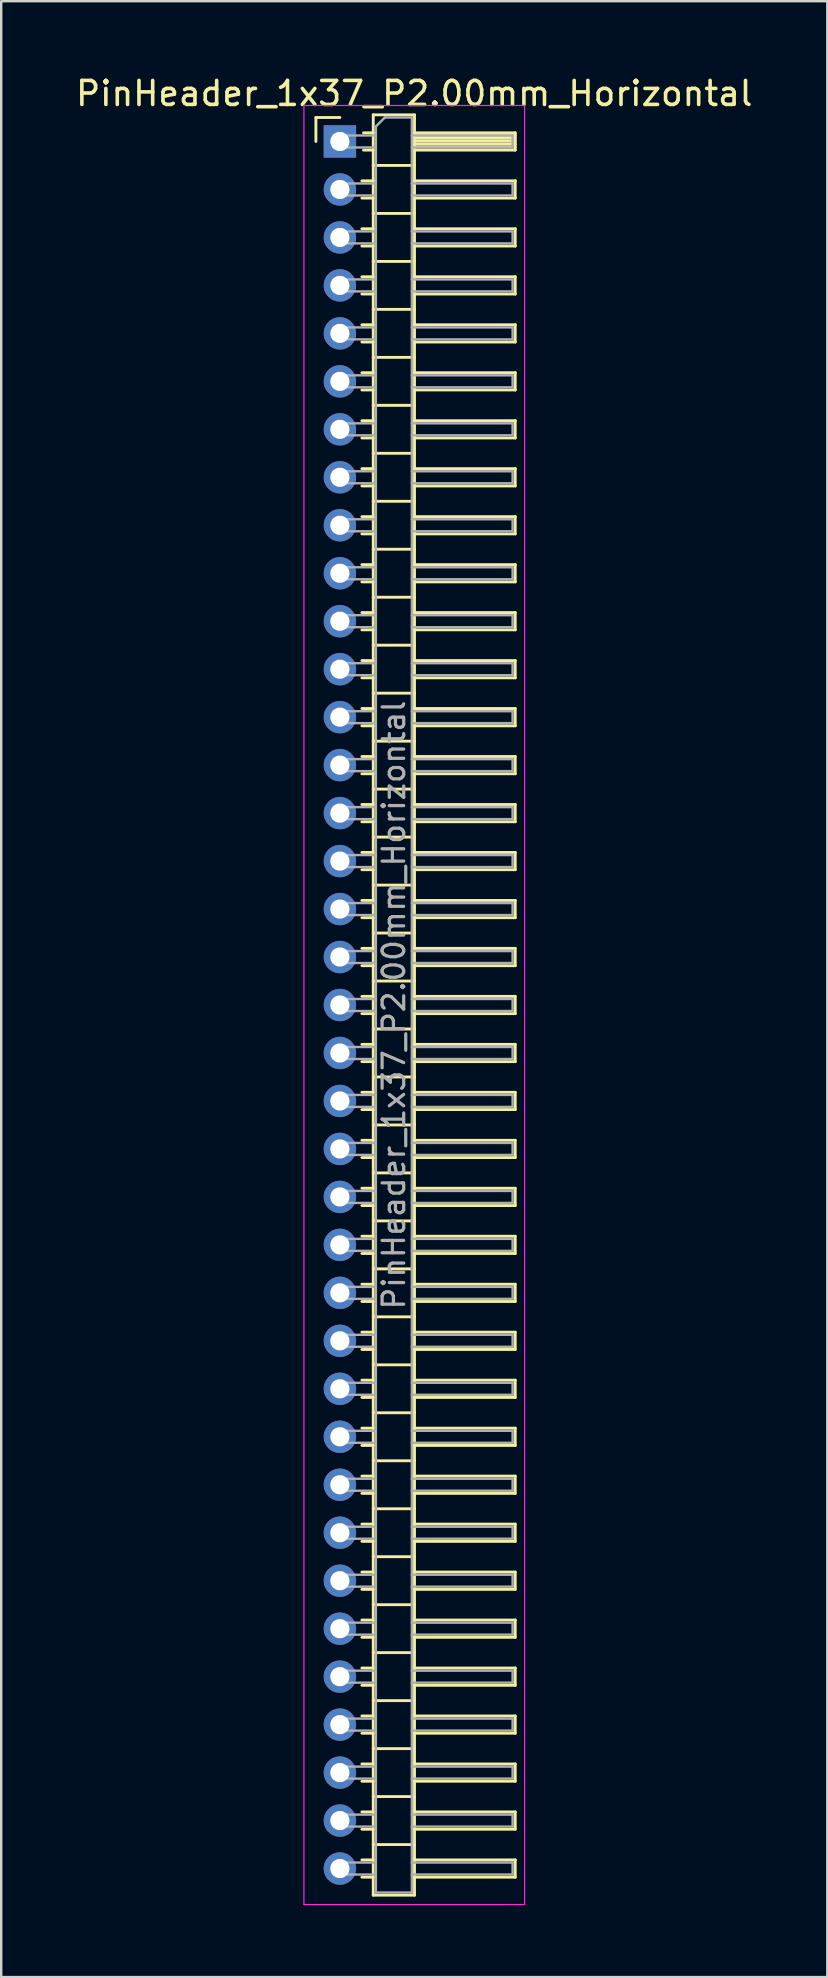
<source format=kicad_pcb>
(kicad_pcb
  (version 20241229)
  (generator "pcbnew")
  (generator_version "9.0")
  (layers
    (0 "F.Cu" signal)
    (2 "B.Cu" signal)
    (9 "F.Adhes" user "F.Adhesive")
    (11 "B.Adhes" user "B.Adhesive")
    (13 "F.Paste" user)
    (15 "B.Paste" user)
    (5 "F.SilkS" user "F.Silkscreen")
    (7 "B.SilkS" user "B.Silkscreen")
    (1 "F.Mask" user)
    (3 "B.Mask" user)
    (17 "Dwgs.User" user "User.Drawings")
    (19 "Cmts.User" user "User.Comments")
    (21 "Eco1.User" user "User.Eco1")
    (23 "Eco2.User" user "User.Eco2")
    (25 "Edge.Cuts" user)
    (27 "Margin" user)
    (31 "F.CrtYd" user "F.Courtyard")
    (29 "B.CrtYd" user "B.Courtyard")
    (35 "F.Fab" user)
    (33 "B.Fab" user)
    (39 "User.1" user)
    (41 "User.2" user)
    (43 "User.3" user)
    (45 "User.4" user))
  (footprint "PinHeader_1x37_P2.00mm_Horizontal"
    (layer "F.Cu")
    (at 11.12 2.848)
    (property "Reference" "PinHeader_1x37_P2.00mm_Horizontal" (at 3.1 -2 0) (layer "F.SilkS") (effects (font (size 1 1) (thickness 0.15))))
    (attr through_hole)
    (fp_line (start -1 -1) (end 0 -1) (stroke (width 0.12) (type solid)) (layer "F.SilkS"))
    (fp_line (start -1 0) (end -1 -1) (stroke (width 0.12) (type solid)) (layer "F.SilkS"))
    (fp_line (start 0.917 1.64) (end 1.39 1.64) (stroke (width 0.12) (type solid)) (layer "F.SilkS"))
    (fp_line (start 0.917 2.36) (end 1.39 2.36) (stroke (width 0.12) (type solid)) (layer "F.SilkS"))
    (fp_line (start 0.917 3.64) (end 1.39 3.64) (stroke (width 0.12) (type solid)) (layer "F.SilkS"))
    (fp_line (start 0.917 4.36) (end 1.39 4.36) (stroke (width 0.12) (type solid)) (layer "F.SilkS"))
    (fp_line (start 0.917 5.64) (end 1.39 5.64) (stroke (width 0.12) (type solid)) (layer "F.SilkS"))
    (fp_line (start 0.917 6.36) (end 1.39 6.36) (stroke (width 0.12) (type solid)) (layer "F.SilkS"))
    (fp_line (start 0.917 7.64) (end 1.39 7.64) (stroke (width 0.12) (type solid)) (layer "F.SilkS"))
    (fp_line (start 0.917 8.36) (end 1.39 8.36) (stroke (width 0.12) (type solid)) (layer "F.SilkS"))
    (fp_line (start 0.917 9.64) (end 1.39 9.64) (stroke (width 0.12) (type solid)) (layer "F.SilkS"))
    (fp_line (start 0.917 10.36) (end 1.39 10.36) (stroke (width 0.12) (type solid)) (layer "F.SilkS"))
    (fp_line (start 0.917 11.64) (end 1.39 11.64) (stroke (width 0.12) (type solid)) (layer "F.SilkS"))
    (fp_line (start 0.917 12.36) (end 1.39 12.36) (stroke (width 0.12) (type solid)) (layer "F.SilkS"))
    (fp_line (start 0.917 13.64) (end 1.39 13.64) (stroke (width 0.12) (type solid)) (layer "F.SilkS"))
    (fp_line (start 0.917 14.36) (end 1.39 14.36) (stroke (width 0.12) (type solid)) (layer "F.SilkS"))
    (fp_line (start 0.917 15.64) (end 1.39 15.64) (stroke (width 0.12) (type solid)) (layer "F.SilkS"))
    (fp_line (start 0.917 16.36) (end 1.39 16.36) (stroke (width 0.12) (type solid)) (layer "F.SilkS"))
    (fp_line (start 0.917 17.64) (end 1.39 17.64) (stroke (width 0.12) (type solid)) (layer "F.SilkS"))
    (fp_line (start 0.917 18.36) (end 1.39 18.36) (stroke (width 0.12) (type solid)) (layer "F.SilkS"))
    (fp_line (start 0.917 19.64) (end 1.39 19.64) (stroke (width 0.12) (type solid)) (layer "F.SilkS"))
    (fp_line (start 0.917 20.36) (end 1.39 20.36) (stroke (width 0.12) (type solid)) (layer "F.SilkS"))
    (fp_line (start 0.917 21.64) (end 1.39 21.64) (stroke (width 0.12) (type solid)) (layer "F.SilkS"))
    (fp_line (start 0.917 22.36) (end 1.39 22.36) (stroke (width 0.12) (type solid)) (layer "F.SilkS"))
    (fp_line (start 0.917 23.64) (end 1.39 23.64) (stroke (width 0.12) (type solid)) (layer "F.SilkS"))
    (fp_line (start 0.917 24.36) (end 1.39 24.36) (stroke (width 0.12) (type solid)) (layer "F.SilkS"))
    (fp_line (start 0.917 25.64) (end 1.39 25.64) (stroke (width 0.12) (type solid)) (layer "F.SilkS"))
    (fp_line (start 0.917 26.36) (end 1.39 26.36) (stroke (width 0.12) (type solid)) (layer "F.SilkS"))
    (fp_line (start 0.917 27.64) (end 1.39 27.64) (stroke (width 0.12) (type solid)) (layer "F.SilkS"))
    (fp_line (start 0.917 28.36) (end 1.39 28.36) (stroke (width 0.12) (type solid)) (layer "F.SilkS"))
    (fp_line (start 0.917 29.64) (end 1.39 29.64) (stroke (width 0.12) (type solid)) (layer "F.SilkS"))
    (fp_line (start 0.917 30.36) (end 1.39 30.36) (stroke (width 0.12) (type solid)) (layer "F.SilkS"))
    (fp_line (start 0.917 31.64) (end 1.39 31.64) (stroke (width 0.12) (type solid)) (layer "F.SilkS"))
    (fp_line (start 0.917 32.36) (end 1.39 32.36) (stroke (width 0.12) (type solid)) (layer "F.SilkS"))
    (fp_line (start 0.917 33.64) (end 1.39 33.64) (stroke (width 0.12) (type solid)) (layer "F.SilkS"))
    (fp_line (start 0.917 34.36) (end 1.39 34.36) (stroke (width 0.12) (type solid)) (layer "F.SilkS"))
    (fp_line (start 0.917 35.64) (end 1.39 35.64) (stroke (width 0.12) (type solid)) (layer "F.SilkS"))
    (fp_line (start 0.917 36.36) (end 1.39 36.36) (stroke (width 0.12) (type solid)) (layer "F.SilkS"))
    (fp_line (start 0.917 37.64) (end 1.39 37.64) (stroke (width 0.12) (type solid)) (layer "F.SilkS"))
    (fp_line (start 0.917 38.36) (end 1.39 38.36) (stroke (width 0.12) (type solid)) (layer "F.SilkS"))
    (fp_line (start 0.917 39.64) (end 1.39 39.64) (stroke (width 0.12) (type solid)) (layer "F.SilkS"))
    (fp_line (start 0.917 40.36) (end 1.39 40.36) (stroke (width 0.12) (type solid)) (layer "F.SilkS"))
    (fp_line (start 0.917 41.64) (end 1.39 41.64) (stroke (width 0.12) (type solid)) (layer "F.SilkS"))
    (fp_line (start 0.917 42.36) (end 1.39 42.36) (stroke (width 0.12) (type solid)) (layer "F.SilkS"))
    (fp_line (start 0.917 43.64) (end 1.39 43.64) (stroke (width 0.12) (type solid)) (layer "F.SilkS"))
    (fp_line (start 0.917 44.36) (end 1.39 44.36) (stroke (width 0.12) (type solid)) (layer "F.SilkS"))
    (fp_line (start 0.917 45.64) (end 1.39 45.64) (stroke (width 0.12) (type solid)) (layer "F.SilkS"))
    (fp_line (start 0.917 46.36) (end 1.39 46.36) (stroke (width 0.12) (type solid)) (layer "F.SilkS"))
    (fp_line (start 0.917 47.64) (end 1.39 47.64) (stroke (width 0.12) (type solid)) (layer "F.SilkS"))
    (fp_line (start 0.917 48.36) (end 1.39 48.36) (stroke (width 0.12) (type solid)) (layer "F.SilkS"))
    (fp_line (start 0.917 49.64) (end 1.39 49.64) (stroke (width 0.12) (type solid)) (layer "F.SilkS"))
    (fp_line (start 0.917 50.36) (end 1.39 50.36) (stroke (width 0.12) (type solid)) (layer "F.SilkS"))
    (fp_line (start 0.917 51.64) (end 1.39 51.64) (stroke (width 0.12) (type solid)) (layer "F.SilkS"))
    (fp_line (start 0.917 52.36) (end 1.39 52.36) (stroke (width 0.12) (type solid)) (layer "F.SilkS"))
    (fp_line (start 0.917 53.64) (end 1.39 53.64) (stroke (width 0.12) (type solid)) (layer "F.SilkS"))
    (fp_line (start 0.917 54.36) (end 1.39 54.36) (stroke (width 0.12) (type solid)) (layer "F.SilkS"))
    (fp_line (start 0.917 55.64) (end 1.39 55.64) (stroke (width 0.12) (type solid)) (layer "F.SilkS"))
    (fp_line (start 0.917 56.36) (end 1.39 56.36) (stroke (width 0.12) (type solid)) (layer "F.SilkS"))
    (fp_line (start 0.917 57.64) (end 1.39 57.64) (stroke (width 0.12) (type solid)) (layer "F.SilkS"))
    (fp_line (start 0.917 58.36) (end 1.39 58.36) (stroke (width 0.12) (type solid)) (layer "F.SilkS"))
    (fp_line (start 0.917 59.64) (end 1.39 59.64) (stroke (width 0.12) (type solid)) (layer "F.SilkS"))
    (fp_line (start 0.917 60.36) (end 1.39 60.36) (stroke (width 0.12) (type solid)) (layer "F.SilkS"))
    (fp_line (start 0.917 61.64) (end 1.39 61.64) (stroke (width 0.12) (type solid)) (layer "F.SilkS"))
    (fp_line (start 0.917 62.36) (end 1.39 62.36) (stroke (width 0.12) (type solid)) (layer "F.SilkS"))
    (fp_line (start 0.917 63.64) (end 1.39 63.64) (stroke (width 0.12) (type solid)) (layer "F.SilkS"))
    (fp_line (start 0.917 64.36) (end 1.39 64.36) (stroke (width 0.12) (type solid)) (layer "F.SilkS"))
    (fp_line (start 0.917 65.64) (end 1.39 65.64) (stroke (width 0.12) (type solid)) (layer "F.SilkS"))
    (fp_line (start 0.917 66.36) (end 1.39 66.36) (stroke (width 0.12) (type solid)) (layer "F.SilkS"))
    (fp_line (start 0.917 67.64) (end 1.39 67.64) (stroke (width 0.12) (type solid)) (layer "F.SilkS"))
    (fp_line (start 0.917 68.36) (end 1.39 68.36) (stroke (width 0.12) (type solid)) (layer "F.SilkS"))
    (fp_line (start 0.917 69.64) (end 1.39 69.64) (stroke (width 0.12) (type solid)) (layer "F.SilkS"))
    (fp_line (start 0.917 70.36) (end 1.39 70.36) (stroke (width 0.12) (type solid)) (layer "F.SilkS"))
    (fp_line (start 0.917 71.64) (end 1.39 71.64) (stroke (width 0.12) (type solid)) (layer "F.SilkS"))
    (fp_line (start 0.917 72.36) (end 1.39 72.36) (stroke (width 0.12) (type solid)) (layer "F.SilkS"))
    (fp_line (start 0.985 -0.36) (end 1.39 -0.36) (stroke (width 0.12) (type solid)) (layer "F.SilkS"))
    (fp_line (start 0.985 0.36) (end 1.39 0.36) (stroke (width 0.12) (type solid)) (layer "F.SilkS"))
    (fp_line (start 1.39 -1.11) (end 1.39 73.11) (stroke (width 0.12) (type solid)) (layer "F.SilkS"))
    (fp_line (start 1.39 1) (end 3.11 1) (stroke (width 0.12) (type solid)) (layer "F.SilkS"))
    (fp_line (start 1.39 3) (end 3.11 3) (stroke (width 0.12) (type solid)) (layer "F.SilkS"))
    (fp_line (start 1.39 5) (end 3.11 5) (stroke (width 0.12) (type solid)) (layer "F.SilkS"))
    (fp_line (start 1.39 7) (end 3.11 7) (stroke (width 0.12) (type solid)) (layer "F.SilkS"))
    (fp_line (start 1.39 9) (end 3.11 9) (stroke (width 0.12) (type solid)) (layer "F.SilkS"))
    (fp_line (start 1.39 11) (end 3.11 11) (stroke (width 0.12) (type solid)) (layer "F.SilkS"))
    (fp_line (start 1.39 13) (end 3.11 13) (stroke (width 0.12) (type solid)) (layer "F.SilkS"))
    (fp_line (start 1.39 15) (end 3.11 15) (stroke (width 0.12) (type solid)) (layer "F.SilkS"))
    (fp_line (start 1.39 17) (end 3.11 17) (stroke (width 0.12) (type solid)) (layer "F.SilkS"))
    (fp_line (start 1.39 19) (end 3.11 19) (stroke (width 0.12) (type solid)) (layer "F.SilkS"))
    (fp_line (start 1.39 21) (end 3.11 21) (stroke (width 0.12) (type solid)) (layer "F.SilkS"))
    (fp_line (start 1.39 23) (end 3.11 23) (stroke (width 0.12) (type solid)) (layer "F.SilkS"))
    (fp_line (start 1.39 25) (end 3.11 25) (stroke (width 0.12) (type solid)) (layer "F.SilkS"))
    (fp_line (start 1.39 27) (end 3.11 27) (stroke (width 0.12) (type solid)) (layer "F.SilkS"))
    (fp_line (start 1.39 29) (end 3.11 29) (stroke (width 0.12) (type solid)) (layer "F.SilkS"))
    (fp_line (start 1.39 31) (end 3.11 31) (stroke (width 0.12) (type solid)) (layer "F.SilkS"))
    (fp_line (start 1.39 33) (end 3.11 33) (stroke (width 0.12) (type solid)) (layer "F.SilkS"))
    (fp_line (start 1.39 35) (end 3.11 35) (stroke (width 0.12) (type solid)) (layer "F.SilkS"))
    (fp_line (start 1.39 37) (end 3.11 37) (stroke (width 0.12) (type solid)) (layer "F.SilkS"))
    (fp_line (start 1.39 39) (end 3.11 39) (stroke (width 0.12) (type solid)) (layer "F.SilkS"))
    (fp_line (start 1.39 41) (end 3.11 41) (stroke (width 0.12) (type solid)) (layer "F.SilkS"))
    (fp_line (start 1.39 43) (end 3.11 43) (stroke (width 0.12) (type solid)) (layer "F.SilkS"))
    (fp_line (start 1.39 45) (end 3.11 45) (stroke (width 0.12) (type solid)) (layer "F.SilkS"))
    (fp_line (start 1.39 47) (end 3.11 47) (stroke (width 0.12) (type solid)) (layer "F.SilkS"))
    (fp_line (start 1.39 49) (end 3.11 49) (stroke (width 0.12) (type solid)) (layer "F.SilkS"))
    (fp_line (start 1.39 51) (end 3.11 51) (stroke (width 0.12) (type solid)) (layer "F.SilkS"))
    (fp_line (start 1.39 53) (end 3.11 53) (stroke (width 0.12) (type solid)) (layer "F.SilkS"))
    (fp_line (start 1.39 55) (end 3.11 55) (stroke (width 0.12) (type solid)) (layer "F.SilkS"))
    (fp_line (start 1.39 57) (end 3.11 57) (stroke (width 0.12) (type solid)) (layer "F.SilkS"))
    (fp_line (start 1.39 59) (end 3.11 59) (stroke (width 0.12) (type solid)) (layer "F.SilkS"))
    (fp_line (start 1.39 61) (end 3.11 61) (stroke (width 0.12) (type solid)) (layer "F.SilkS"))
    (fp_line (start 1.39 63) (end 3.11 63) (stroke (width 0.12) (type solid)) (layer "F.SilkS"))
    (fp_line (start 1.39 65) (end 3.11 65) (stroke (width 0.12) (type solid)) (layer "F.SilkS"))
    (fp_line (start 1.39 67) (end 3.11 67) (stroke (width 0.12) (type solid)) (layer "F.SilkS"))
    (fp_line (start 1.39 69) (end 3.11 69) (stroke (width 0.12) (type solid)) (layer "F.SilkS"))
    (fp_line (start 1.39 71) (end 3.11 71) (stroke (width 0.12) (type solid)) (layer "F.SilkS"))
    (fp_line (start 1.39 73.11) (end 3.11 73.11) (stroke (width 0.12) (type solid)) (layer "F.SilkS"))
    (fp_line (start 3.11 -1.11) (end 1.39 -1.11) (stroke (width 0.12) (type solid)) (layer "F.SilkS"))
    (fp_line (start 3.11 -0.36) (end 7.31 -0.36) (stroke (width 0.12) (type solid)) (layer "F.SilkS"))
    (fp_line (start 3.11 -0.25) (end 7.31 -0.25) (stroke (width 0.12) (type solid)) (layer "F.SilkS"))
    (fp_line (start 3.11 -0.13) (end 7.31 -0.13) (stroke (width 0.12) (type solid)) (layer "F.SilkS"))
    (fp_line (start 3.11 -0.01) (end 7.31 -0.01) (stroke (width 0.12) (type solid)) (layer "F.SilkS"))
    (fp_line (start 3.11 0.11) (end 7.31 0.11) (stroke (width 0.12) (type solid)) (layer "F.SilkS"))
    (fp_line (start 3.11 0.23) (end 7.31 0.23) (stroke (width 0.12) (type solid)) (layer "F.SilkS"))
    (fp_line (start 3.11 1.64) (end 7.31 1.64) (stroke (width 0.12) (type solid)) (layer "F.SilkS"))
    (fp_line (start 3.11 3.64) (end 7.31 3.64) (stroke (width 0.12) (type solid)) (layer "F.SilkS"))
    (fp_line (start 3.11 5.64) (end 7.31 5.64) (stroke (width 0.12) (type solid)) (layer "F.SilkS"))
    (fp_line (start 3.11 7.64) (end 7.31 7.64) (stroke (width 0.12) (type solid)) (layer "F.SilkS"))
    (fp_line (start 3.11 9.64) (end 7.31 9.64) (stroke (width 0.12) (type solid)) (layer "F.SilkS"))
    (fp_line (start 3.11 11.64) (end 7.31 11.64) (stroke (width 0.12) (type solid)) (layer "F.SilkS"))
    (fp_line (start 3.11 13.64) (end 7.31 13.64) (stroke (width 0.12) (type solid)) (layer "F.SilkS"))
    (fp_line (start 3.11 15.64) (end 7.31 15.64) (stroke (width 0.12) (type solid)) (layer "F.SilkS"))
    (fp_line (start 3.11 17.64) (end 7.31 17.64) (stroke (width 0.12) (type solid)) (layer "F.SilkS"))
    (fp_line (start 3.11 19.64) (end 7.31 19.64) (stroke (width 0.12) (type solid)) (layer "F.SilkS"))
    (fp_line (start 3.11 21.64) (end 7.31 21.64) (stroke (width 0.12) (type solid)) (layer "F.SilkS"))
    (fp_line (start 3.11 23.64) (end 7.31 23.64) (stroke (width 0.12) (type solid)) (layer "F.SilkS"))
    (fp_line (start 3.11 25.64) (end 7.31 25.64) (stroke (width 0.12) (type solid)) (layer "F.SilkS"))
    (fp_line (start 3.11 27.64) (end 7.31 27.64) (stroke (width 0.12) (type solid)) (layer "F.SilkS"))
    (fp_line (start 3.11 29.64) (end 7.31 29.64) (stroke (width 0.12) (type solid)) (layer "F.SilkS"))
    (fp_line (start 3.11 31.64) (end 7.31 31.64) (stroke (width 0.12) (type solid)) (layer "F.SilkS"))
    (fp_line (start 3.11 33.64) (end 7.31 33.64) (stroke (width 0.12) (type solid)) (layer "F.SilkS"))
    (fp_line (start 3.11 35.64) (end 7.31 35.64) (stroke (width 0.12) (type solid)) (layer "F.SilkS"))
    (fp_line (start 3.11 37.64) (end 7.31 37.64) (stroke (width 0.12) (type solid)) (layer "F.SilkS"))
    (fp_line (start 3.11 39.64) (end 7.31 39.64) (stroke (width 0.12) (type solid)) (layer "F.SilkS"))
    (fp_line (start 3.11 41.64) (end 7.31 41.64) (stroke (width 0.12) (type solid)) (layer "F.SilkS"))
    (fp_line (start 3.11 43.64) (end 7.31 43.64) (stroke (width 0.12) (type solid)) (layer "F.SilkS"))
    (fp_line (start 3.11 45.64) (end 7.31 45.64) (stroke (width 0.12) (type solid)) (layer "F.SilkS"))
    (fp_line (start 3.11 47.64) (end 7.31 47.64) (stroke (width 0.12) (type solid)) (layer "F.SilkS"))
    (fp_line (start 3.11 49.64) (end 7.31 49.64) (stroke (width 0.12) (type solid)) (layer "F.SilkS"))
    (fp_line (start 3.11 51.64) (end 7.31 51.64) (stroke (width 0.12) (type solid)) (layer "F.SilkS"))
    (fp_line (start 3.11 53.64) (end 7.31 53.64) (stroke (width 0.12) (type solid)) (layer "F.SilkS"))
    (fp_line (start 3.11 55.64) (end 7.31 55.64) (stroke (width 0.12) (type solid)) (layer "F.SilkS"))
    (fp_line (start 3.11 57.64) (end 7.31 57.64) (stroke (width 0.12) (type solid)) (layer "F.SilkS"))
    (fp_line (start 3.11 59.64) (end 7.31 59.64) (stroke (width 0.12) (type solid)) (layer "F.SilkS"))
    (fp_line (start 3.11 61.64) (end 7.31 61.64) (stroke (width 0.12) (type solid)) (layer "F.SilkS"))
    (fp_line (start 3.11 63.64) (end 7.31 63.64) (stroke (width 0.12) (type solid)) (layer "F.SilkS"))
    (fp_line (start 3.11 65.64) (end 7.31 65.64) (stroke (width 0.12) (type solid)) (layer "F.SilkS"))
    (fp_line (start 3.11 67.64) (end 7.31 67.64) (stroke (width 0.12) (type solid)) (layer "F.SilkS"))
    (fp_line (start 3.11 69.64) (end 7.31 69.64) (stroke (width 0.12) (type solid)) (layer "F.SilkS"))
    (fp_line (start 3.11 71.64) (end 7.31 71.64) (stroke (width 0.12) (type solid)) (layer "F.SilkS"))
    (fp_line (start 3.11 73.11) (end 3.11 -1.11) (stroke (width 0.12) (type solid)) (layer "F.SilkS"))
    (fp_line (start 7.31 -0.36) (end 7.31 0.36) (stroke (width 0.12) (type solid)) (layer "F.SilkS"))
    (fp_line (start 7.31 0.36) (end 3.11 0.36) (stroke (width 0.12) (type solid)) (layer "F.SilkS"))
    (fp_line (start 7.31 1.64) (end 7.31 2.36) (stroke (width 0.12) (type solid)) (layer "F.SilkS"))
    (fp_line (start 7.31 2.36) (end 3.11 2.36) (stroke (width 0.12) (type solid)) (layer "F.SilkS"))
    (fp_line (start 7.31 3.64) (end 7.31 4.36) (stroke (width 0.12) (type solid)) (layer "F.SilkS"))
    (fp_line (start 7.31 4.36) (end 3.11 4.36) (stroke (width 0.12) (type solid)) (layer "F.SilkS"))
    (fp_line (start 7.31 5.64) (end 7.31 6.36) (stroke (width 0.12) (type solid)) (layer "F.SilkS"))
    (fp_line (start 7.31 6.36) (end 3.11 6.36) (stroke (width 0.12) (type solid)) (layer "F.SilkS"))
    (fp_line (start 7.31 7.64) (end 7.31 8.36) (stroke (width 0.12) (type solid)) (layer "F.SilkS"))
    (fp_line (start 7.31 8.36) (end 3.11 8.36) (stroke (width 0.12) (type solid)) (layer "F.SilkS"))
    (fp_line (start 7.31 9.64) (end 7.31 10.36) (stroke (width 0.12) (type solid)) (layer "F.SilkS"))
    (fp_line (start 7.31 10.36) (end 3.11 10.36) (stroke (width 0.12) (type solid)) (layer "F.SilkS"))
    (fp_line (start 7.31 11.64) (end 7.31 12.36) (stroke (width 0.12) (type solid)) (layer "F.SilkS"))
    (fp_line (start 7.31 12.36) (end 3.11 12.36) (stroke (width 0.12) (type solid)) (layer "F.SilkS"))
    (fp_line (start 7.31 13.64) (end 7.31 14.36) (stroke (width 0.12) (type solid)) (layer "F.SilkS"))
    (fp_line (start 7.31 14.36) (end 3.11 14.36) (stroke (width 0.12) (type solid)) (layer "F.SilkS"))
    (fp_line (start 7.31 15.64) (end 7.31 16.36) (stroke (width 0.12) (type solid)) (layer "F.SilkS"))
    (fp_line (start 7.31 16.36) (end 3.11 16.36) (stroke (width 0.12) (type solid)) (layer "F.SilkS"))
    (fp_line (start 7.31 17.64) (end 7.31 18.36) (stroke (width 0.12) (type solid)) (layer "F.SilkS"))
    (fp_line (start 7.31 18.36) (end 3.11 18.36) (stroke (width 0.12) (type solid)) (layer "F.SilkS"))
    (fp_line (start 7.31 19.64) (end 7.31 20.36) (stroke (width 0.12) (type solid)) (layer "F.SilkS"))
    (fp_line (start 7.31 20.36) (end 3.11 20.36) (stroke (width 0.12) (type solid)) (layer "F.SilkS"))
    (fp_line (start 7.31 21.64) (end 7.31 22.36) (stroke (width 0.12) (type solid)) (layer "F.SilkS"))
    (fp_line (start 7.31 22.36) (end 3.11 22.36) (stroke (width 0.12) (type solid)) (layer "F.SilkS"))
    (fp_line (start 7.31 23.64) (end 7.31 24.36) (stroke (width 0.12) (type solid)) (layer "F.SilkS"))
    (fp_line (start 7.31 24.36) (end 3.11 24.36) (stroke (width 0.12) (type solid)) (layer "F.SilkS"))
    (fp_line (start 7.31 25.64) (end 7.31 26.36) (stroke (width 0.12) (type solid)) (layer "F.SilkS"))
    (fp_line (start 7.31 26.36) (end 3.11 26.36) (stroke (width 0.12) (type solid)) (layer "F.SilkS"))
    (fp_line (start 7.31 27.64) (end 7.31 28.36) (stroke (width 0.12) (type solid)) (layer "F.SilkS"))
    (fp_line (start 7.31 28.36) (end 3.11 28.36) (stroke (width 0.12) (type solid)) (layer "F.SilkS"))
    (fp_line (start 7.31 29.64) (end 7.31 30.36) (stroke (width 0.12) (type solid)) (layer "F.SilkS"))
    (fp_line (start 7.31 30.36) (end 3.11 30.36) (stroke (width 0.12) (type solid)) (layer "F.SilkS"))
    (fp_line (start 7.31 31.64) (end 7.31 32.36) (stroke (width 0.12) (type solid)) (layer "F.SilkS"))
    (fp_line (start 7.31 32.36) (end 3.11 32.36) (stroke (width 0.12) (type solid)) (layer "F.SilkS"))
    (fp_line (start 7.31 33.64) (end 7.31 34.36) (stroke (width 0.12) (type solid)) (layer "F.SilkS"))
    (fp_line (start 7.31 34.36) (end 3.11 34.36) (stroke (width 0.12) (type solid)) (layer "F.SilkS"))
    (fp_line (start 7.31 35.64) (end 7.31 36.36) (stroke (width 0.12) (type solid)) (layer "F.SilkS"))
    (fp_line (start 7.31 36.36) (end 3.11 36.36) (stroke (width 0.12) (type solid)) (layer "F.SilkS"))
    (fp_line (start 7.31 37.64) (end 7.31 38.36) (stroke (width 0.12) (type solid)) (layer "F.SilkS"))
    (fp_line (start 7.31 38.36) (end 3.11 38.36) (stroke (width 0.12) (type solid)) (layer "F.SilkS"))
    (fp_line (start 7.31 39.64) (end 7.31 40.36) (stroke (width 0.12) (type solid)) (layer "F.SilkS"))
    (fp_line (start 7.31 40.36) (end 3.11 40.36) (stroke (width 0.12) (type solid)) (layer "F.SilkS"))
    (fp_line (start 7.31 41.64) (end 7.31 42.36) (stroke (width 0.12) (type solid)) (layer "F.SilkS"))
    (fp_line (start 7.31 42.36) (end 3.11 42.36) (stroke (width 0.12) (type solid)) (layer "F.SilkS"))
    (fp_line (start 7.31 43.64) (end 7.31 44.36) (stroke (width 0.12) (type solid)) (layer "F.SilkS"))
    (fp_line (start 7.31 44.36) (end 3.11 44.36) (stroke (width 0.12) (type solid)) (layer "F.SilkS"))
    (fp_line (start 7.31 45.64) (end 7.31 46.36) (stroke (width 0.12) (type solid)) (layer "F.SilkS"))
    (fp_line (start 7.31 46.36) (end 3.11 46.36) (stroke (width 0.12) (type solid)) (layer "F.SilkS"))
    (fp_line (start 7.31 47.64) (end 7.31 48.36) (stroke (width 0.12) (type solid)) (layer "F.SilkS"))
    (fp_line (start 7.31 48.36) (end 3.11 48.36) (stroke (width 0.12) (type solid)) (layer "F.SilkS"))
    (fp_line (start 7.31 49.64) (end 7.31 50.36) (stroke (width 0.12) (type solid)) (layer "F.SilkS"))
    (fp_line (start 7.31 50.36) (end 3.11 50.36) (stroke (width 0.12) (type solid)) (layer "F.SilkS"))
    (fp_line (start 7.31 51.64) (end 7.31 52.36) (stroke (width 0.12) (type solid)) (layer "F.SilkS"))
    (fp_line (start 7.31 52.36) (end 3.11 52.36) (stroke (width 0.12) (type solid)) (layer "F.SilkS"))
    (fp_line (start 7.31 53.64) (end 7.31 54.36) (stroke (width 0.12) (type solid)) (layer "F.SilkS"))
    (fp_line (start 7.31 54.36) (end 3.11 54.36) (stroke (width 0.12) (type solid)) (layer "F.SilkS"))
    (fp_line (start 7.31 55.64) (end 7.31 56.36) (stroke (width 0.12) (type solid)) (layer "F.SilkS"))
    (fp_line (start 7.31 56.36) (end 3.11 56.36) (stroke (width 0.12) (type solid)) (layer "F.SilkS"))
    (fp_line (start 7.31 57.64) (end 7.31 58.36) (stroke (width 0.12) (type solid)) (layer "F.SilkS"))
    (fp_line (start 7.31 58.36) (end 3.11 58.36) (stroke (width 0.12) (type solid)) (layer "F.SilkS"))
    (fp_line (start 7.31 59.64) (end 7.31 60.36) (stroke (width 0.12) (type solid)) (layer "F.SilkS"))
    (fp_line (start 7.31 60.36) (end 3.11 60.36) (stroke (width 0.12) (type solid)) (layer "F.SilkS"))
    (fp_line (start 7.31 61.64) (end 7.31 62.36) (stroke (width 0.12) (type solid)) (layer "F.SilkS"))
    (fp_line (start 7.31 62.36) (end 3.11 62.36) (stroke (width 0.12) (type solid)) (layer "F.SilkS"))
    (fp_line (start 7.31 63.64) (end 7.31 64.36) (stroke (width 0.12) (type solid)) (layer "F.SilkS"))
    (fp_line (start 7.31 64.36) (end 3.11 64.36) (stroke (width 0.12) (type solid)) (layer "F.SilkS"))
    (fp_line (start 7.31 65.64) (end 7.31 66.36) (stroke (width 0.12) (type solid)) (layer "F.SilkS"))
    (fp_line (start 7.31 66.36) (end 3.11 66.36) (stroke (width 0.12) (type solid)) (layer "F.SilkS"))
    (fp_line (start 7.31 67.64) (end 7.31 68.36) (stroke (width 0.12) (type solid)) (layer "F.SilkS"))
    (fp_line (start 7.31 68.36) (end 3.11 68.36) (stroke (width 0.12) (type solid)) (layer "F.SilkS"))
    (fp_line (start 7.31 69.64) (end 7.31 70.36) (stroke (width 0.12) (type solid)) (layer "F.SilkS"))
    (fp_line (start 7.31 70.36) (end 3.11 70.36) (stroke (width 0.12) (type solid)) (layer "F.SilkS"))
    (fp_line (start 7.31 71.64) (end 7.31 72.36) (stroke (width 0.12) (type solid)) (layer "F.SilkS"))
    (fp_line (start 7.31 72.36) (end 3.11 72.36) (stroke (width 0.12) (type solid)) (layer "F.SilkS"))
    (fp_line (start -1.5 -1.5) (end -1.5 73.5) (stroke (width 0.05) (type solid)) (layer "F.CrtYd"))
    (fp_line (start -1.5 73.5) (end 7.7 73.5) (stroke (width 0.05) (type solid)) (layer "F.CrtYd"))
    (fp_line (start 7.7 -1.5) (end -1.5 -1.5) (stroke (width 0.05) (type solid)) (layer "F.CrtYd"))
    (fp_line (start 7.7 73.5) (end 7.7 -1.5) (stroke (width 0.05) (type solid)) (layer "F.CrtYd"))
    (fp_line (start -0.25 -0.25) (end -0.25 0.25) (stroke (width 0.1) (type solid)) (layer "F.Fab"))
    (fp_line (start -0.25 -0.25) (end 1.5 -0.25) (stroke (width 0.1) (type solid)) (layer "F.Fab"))
    (fp_line (start -0.25 0.25) (end 1.5 0.25) (stroke (width 0.1) (type solid)) (layer "F.Fab"))
    (fp_line (start -0.25 1.75) (end -0.25 2.25) (stroke (width 0.1) (type solid)) (layer "F.Fab"))
    (fp_line (start -0.25 1.75) (end 1.5 1.75) (stroke (width 0.1) (type solid)) (layer "F.Fab"))
    (fp_line (start -0.25 2.25) (end 1.5 2.25) (stroke (width 0.1) (type solid)) (layer "F.Fab"))
    (fp_line (start -0.25 3.75) (end -0.25 4.25) (stroke (width 0.1) (type solid)) (layer "F.Fab"))
    (fp_line (start -0.25 3.75) (end 1.5 3.75) (stroke (width 0.1) (type solid)) (layer "F.Fab"))
    (fp_line (start -0.25 4.25) (end 1.5 4.25) (stroke (width 0.1) (type solid)) (layer "F.Fab"))
    (fp_line (start -0.25 5.75) (end -0.25 6.25) (stroke (width 0.1) (type solid)) (layer "F.Fab"))
    (fp_line (start -0.25 5.75) (end 1.5 5.75) (stroke (width 0.1) (type solid)) (layer "F.Fab"))
    (fp_line (start -0.25 6.25) (end 1.5 6.25) (stroke (width 0.1) (type solid)) (layer "F.Fab"))
    (fp_line (start -0.25 7.75) (end -0.25 8.25) (stroke (width 0.1) (type solid)) (layer "F.Fab"))
    (fp_line (start -0.25 7.75) (end 1.5 7.75) (stroke (width 0.1) (type solid)) (layer "F.Fab"))
    (fp_line (start -0.25 8.25) (end 1.5 8.25) (stroke (width 0.1) (type solid)) (layer "F.Fab"))
    (fp_line (start -0.25 9.75) (end -0.25 10.25) (stroke (width 0.1) (type solid)) (layer "F.Fab"))
    (fp_line (start -0.25 9.75) (end 1.5 9.75) (stroke (width 0.1) (type solid)) (layer "F.Fab"))
    (fp_line (start -0.25 10.25) (end 1.5 10.25) (stroke (width 0.1) (type solid)) (layer "F.Fab"))
    (fp_line (start -0.25 11.75) (end -0.25 12.25) (stroke (width 0.1) (type solid)) (layer "F.Fab"))
    (fp_line (start -0.25 11.75) (end 1.5 11.75) (stroke (width 0.1) (type solid)) (layer "F.Fab"))
    (fp_line (start -0.25 12.25) (end 1.5 12.25) (stroke (width 0.1) (type solid)) (layer "F.Fab"))
    (fp_line (start -0.25 13.75) (end -0.25 14.25) (stroke (width 0.1) (type solid)) (layer "F.Fab"))
    (fp_line (start -0.25 13.75) (end 1.5 13.75) (stroke (width 0.1) (type solid)) (layer "F.Fab"))
    (fp_line (start -0.25 14.25) (end 1.5 14.25) (stroke (width 0.1) (type solid)) (layer "F.Fab"))
    (fp_line (start -0.25 15.75) (end -0.25 16.25) (stroke (width 0.1) (type solid)) (layer "F.Fab"))
    (fp_line (start -0.25 15.75) (end 1.5 15.75) (stroke (width 0.1) (type solid)) (layer "F.Fab"))
    (fp_line (start -0.25 16.25) (end 1.5 16.25) (stroke (width 0.1) (type solid)) (layer "F.Fab"))
    (fp_line (start -0.25 17.75) (end -0.25 18.25) (stroke (width 0.1) (type solid)) (layer "F.Fab"))
    (fp_line (start -0.25 17.75) (end 1.5 17.75) (stroke (width 0.1) (type solid)) (layer "F.Fab"))
    (fp_line (start -0.25 18.25) (end 1.5 18.25) (stroke (width 0.1) (type solid)) (layer "F.Fab"))
    (fp_line (start -0.25 19.75) (end -0.25 20.25) (stroke (width 0.1) (type solid)) (layer "F.Fab"))
    (fp_line (start -0.25 19.75) (end 1.5 19.75) (stroke (width 0.1) (type solid)) (layer "F.Fab"))
    (fp_line (start -0.25 20.25) (end 1.5 20.25) (stroke (width 0.1) (type solid)) (layer "F.Fab"))
    (fp_line (start -0.25 21.75) (end -0.25 22.25) (stroke (width 0.1) (type solid)) (layer "F.Fab"))
    (fp_line (start -0.25 21.75) (end 1.5 21.75) (stroke (width 0.1) (type solid)) (layer "F.Fab"))
    (fp_line (start -0.25 22.25) (end 1.5 22.25) (stroke (width 0.1) (type solid)) (layer "F.Fab"))
    (fp_line (start -0.25 23.75) (end -0.25 24.25) (stroke (width 0.1) (type solid)) (layer "F.Fab"))
    (fp_line (start -0.25 23.75) (end 1.5 23.75) (stroke (width 0.1) (type solid)) (layer "F.Fab"))
    (fp_line (start -0.25 24.25) (end 1.5 24.25) (stroke (width 0.1) (type solid)) (layer "F.Fab"))
    (fp_line (start -0.25 25.75) (end -0.25 26.25) (stroke (width 0.1) (type solid)) (layer "F.Fab"))
    (fp_line (start -0.25 25.75) (end 1.5 25.75) (stroke (width 0.1) (type solid)) (layer "F.Fab"))
    (fp_line (start -0.25 26.25) (end 1.5 26.25) (stroke (width 0.1) (type solid)) (layer "F.Fab"))
    (fp_line (start -0.25 27.75) (end -0.25 28.25) (stroke (width 0.1) (type solid)) (layer "F.Fab"))
    (fp_line (start -0.25 27.75) (end 1.5 27.75) (stroke (width 0.1) (type solid)) (layer "F.Fab"))
    (fp_line (start -0.25 28.25) (end 1.5 28.25) (stroke (width 0.1) (type solid)) (layer "F.Fab"))
    (fp_line (start -0.25 29.75) (end -0.25 30.25) (stroke (width 0.1) (type solid)) (layer "F.Fab"))
    (fp_line (start -0.25 29.75) (end 1.5 29.75) (stroke (width 0.1) (type solid)) (layer "F.Fab"))
    (fp_line (start -0.25 30.25) (end 1.5 30.25) (stroke (width 0.1) (type solid)) (layer "F.Fab"))
    (fp_line (start -0.25 31.75) (end -0.25 32.25) (stroke (width 0.1) (type solid)) (layer "F.Fab"))
    (fp_line (start -0.25 31.75) (end 1.5 31.75) (stroke (width 0.1) (type solid)) (layer "F.Fab"))
    (fp_line (start -0.25 32.25) (end 1.5 32.25) (stroke (width 0.1) (type solid)) (layer "F.Fab"))
    (fp_line (start -0.25 33.75) (end -0.25 34.25) (stroke (width 0.1) (type solid)) (layer "F.Fab"))
    (fp_line (start -0.25 33.75) (end 1.5 33.75) (stroke (width 0.1) (type solid)) (layer "F.Fab"))
    (fp_line (start -0.25 34.25) (end 1.5 34.25) (stroke (width 0.1) (type solid)) (layer "F.Fab"))
    (fp_line (start -0.25 35.75) (end -0.25 36.25) (stroke (width 0.1) (type solid)) (layer "F.Fab"))
    (fp_line (start -0.25 35.75) (end 1.5 35.75) (stroke (width 0.1) (type solid)) (layer "F.Fab"))
    (fp_line (start -0.25 36.25) (end 1.5 36.25) (stroke (width 0.1) (type solid)) (layer "F.Fab"))
    (fp_line (start -0.25 37.75) (end -0.25 38.25) (stroke (width 0.1) (type solid)) (layer "F.Fab"))
    (fp_line (start -0.25 37.75) (end 1.5 37.75) (stroke (width 0.1) (type solid)) (layer "F.Fab"))
    (fp_line (start -0.25 38.25) (end 1.5 38.25) (stroke (width 0.1) (type solid)) (layer "F.Fab"))
    (fp_line (start -0.25 39.75) (end -0.25 40.25) (stroke (width 0.1) (type solid)) (layer "F.Fab"))
    (fp_line (start -0.25 39.75) (end 1.5 39.75) (stroke (width 0.1) (type solid)) (layer "F.Fab"))
    (fp_line (start -0.25 40.25) (end 1.5 40.25) (stroke (width 0.1) (type solid)) (layer "F.Fab"))
    (fp_line (start -0.25 41.75) (end -0.25 42.25) (stroke (width 0.1) (type solid)) (layer "F.Fab"))
    (fp_line (start -0.25 41.75) (end 1.5 41.75) (stroke (width 0.1) (type solid)) (layer "F.Fab"))
    (fp_line (start -0.25 42.25) (end 1.5 42.25) (stroke (width 0.1) (type solid)) (layer "F.Fab"))
    (fp_line (start -0.25 43.75) (end -0.25 44.25) (stroke (width 0.1) (type solid)) (layer "F.Fab"))
    (fp_line (start -0.25 43.75) (end 1.5 43.75) (stroke (width 0.1) (type solid)) (layer "F.Fab"))
    (fp_line (start -0.25 44.25) (end 1.5 44.25) (stroke (width 0.1) (type solid)) (layer "F.Fab"))
    (fp_line (start -0.25 45.75) (end -0.25 46.25) (stroke (width 0.1) (type solid)) (layer "F.Fab"))
    (fp_line (start -0.25 45.75) (end 1.5 45.75) (stroke (width 0.1) (type solid)) (layer "F.Fab"))
    (fp_line (start -0.25 46.25) (end 1.5 46.25) (stroke (width 0.1) (type solid)) (layer "F.Fab"))
    (fp_line (start -0.25 47.75) (end -0.25 48.25) (stroke (width 0.1) (type solid)) (layer "F.Fab"))
    (fp_line (start -0.25 47.75) (end 1.5 47.75) (stroke (width 0.1) (type solid)) (layer "F.Fab"))
    (fp_line (start -0.25 48.25) (end 1.5 48.25) (stroke (width 0.1) (type solid)) (layer "F.Fab"))
    (fp_line (start -0.25 49.75) (end -0.25 50.25) (stroke (width 0.1) (type solid)) (layer "F.Fab"))
    (fp_line (start -0.25 49.75) (end 1.5 49.75) (stroke (width 0.1) (type solid)) (layer "F.Fab"))
    (fp_line (start -0.25 50.25) (end 1.5 50.25) (stroke (width 0.1) (type solid)) (layer "F.Fab"))
    (fp_line (start -0.25 51.75) (end -0.25 52.25) (stroke (width 0.1) (type solid)) (layer "F.Fab"))
    (fp_line (start -0.25 51.75) (end 1.5 51.75) (stroke (width 0.1) (type solid)) (layer "F.Fab"))
    (fp_line (start -0.25 52.25) (end 1.5 52.25) (stroke (width 0.1) (type solid)) (layer "F.Fab"))
    (fp_line (start -0.25 53.75) (end -0.25 54.25) (stroke (width 0.1) (type solid)) (layer "F.Fab"))
    (fp_line (start -0.25 53.75) (end 1.5 53.75) (stroke (width 0.1) (type solid)) (layer "F.Fab"))
    (fp_line (start -0.25 54.25) (end 1.5 54.25) (stroke (width 0.1) (type solid)) (layer "F.Fab"))
    (fp_line (start -0.25 55.75) (end -0.25 56.25) (stroke (width 0.1) (type solid)) (layer "F.Fab"))
    (fp_line (start -0.25 55.75) (end 1.5 55.75) (stroke (width 0.1) (type solid)) (layer "F.Fab"))
    (fp_line (start -0.25 56.25) (end 1.5 56.25) (stroke (width 0.1) (type solid)) (layer "F.Fab"))
    (fp_line (start -0.25 57.75) (end -0.25 58.25) (stroke (width 0.1) (type solid)) (layer "F.Fab"))
    (fp_line (start -0.25 57.75) (end 1.5 57.75) (stroke (width 0.1) (type solid)) (layer "F.Fab"))
    (fp_line (start -0.25 58.25) (end 1.5 58.25) (stroke (width 0.1) (type solid)) (layer "F.Fab"))
    (fp_line (start -0.25 59.75) (end -0.25 60.25) (stroke (width 0.1) (type solid)) (layer "F.Fab"))
    (fp_line (start -0.25 59.75) (end 1.5 59.75) (stroke (width 0.1) (type solid)) (layer "F.Fab"))
    (fp_line (start -0.25 60.25) (end 1.5 60.25) (stroke (width 0.1) (type solid)) (layer "F.Fab"))
    (fp_line (start -0.25 61.75) (end -0.25 62.25) (stroke (width 0.1) (type solid)) (layer "F.Fab"))
    (fp_line (start -0.25 61.75) (end 1.5 61.75) (stroke (width 0.1) (type solid)) (layer "F.Fab"))
    (fp_line (start -0.25 62.25) (end 1.5 62.25) (stroke (width 0.1) (type solid)) (layer "F.Fab"))
    (fp_line (start -0.25 63.75) (end -0.25 64.25) (stroke (width 0.1) (type solid)) (layer "F.Fab"))
    (fp_line (start -0.25 63.75) (end 1.5 63.75) (stroke (width 0.1) (type solid)) (layer "F.Fab"))
    (fp_line (start -0.25 64.25) (end 1.5 64.25) (stroke (width 0.1) (type solid)) (layer "F.Fab"))
    (fp_line (start -0.25 65.75) (end -0.25 66.25) (stroke (width 0.1) (type solid)) (layer "F.Fab"))
    (fp_line (start -0.25 65.75) (end 1.5 65.75) (stroke (width 0.1) (type solid)) (layer "F.Fab"))
    (fp_line (start -0.25 66.25) (end 1.5 66.25) (stroke (width 0.1) (type solid)) (layer "F.Fab"))
    (fp_line (start -0.25 67.75) (end -0.25 68.25) (stroke (width 0.1) (type solid)) (layer "F.Fab"))
    (fp_line (start -0.25 67.75) (end 1.5 67.75) (stroke (width 0.1) (type solid)) (layer "F.Fab"))
    (fp_line (start -0.25 68.25) (end 1.5 68.25) (stroke (width 0.1) (type solid)) (layer "F.Fab"))
    (fp_line (start -0.25 69.75) (end -0.25 70.25) (stroke (width 0.1) (type solid)) (layer "F.Fab"))
    (fp_line (start -0.25 69.75) (end 1.5 69.75) (stroke (width 0.1) (type solid)) (layer "F.Fab"))
    (fp_line (start -0.25 70.25) (end 1.5 70.25) (stroke (width 0.1) (type solid)) (layer "F.Fab"))
    (fp_line (start -0.25 71.75) (end -0.25 72.25) (stroke (width 0.1) (type solid)) (layer "F.Fab"))
    (fp_line (start -0.25 71.75) (end 1.5 71.75) (stroke (width 0.1) (type solid)) (layer "F.Fab"))
    (fp_line (start -0.25 72.25) (end 1.5 72.25) (stroke (width 0.1) (type solid)) (layer "F.Fab"))
    (fp_line (start 1.5 -0.625) (end 1.875 -1) (stroke (width 0.1) (type solid)) (layer "F.Fab"))
    (fp_line (start 1.5 73) (end 1.5 -0.625) (stroke (width 0.1) (type solid)) (layer "F.Fab"))
    (fp_line (start 1.875 -1) (end 3 -1) (stroke (width 0.1) (type solid)) (layer "F.Fab"))
    (fp_line (start 3 -1) (end 3 73) (stroke (width 0.1) (type solid)) (layer "F.Fab"))
    (fp_line (start 3 -0.25) (end 7.2 -0.25) (stroke (width 0.1) (type solid)) (layer "F.Fab"))
    (fp_line (start 3 0.25) (end 7.2 0.25) (stroke (width 0.1) (type solid)) (layer "F.Fab"))
    (fp_line (start 3 1.75) (end 7.2 1.75) (stroke (width 0.1) (type solid)) (layer "F.Fab"))
    (fp_line (start 3 2.25) (end 7.2 2.25) (stroke (width 0.1) (type solid)) (layer "F.Fab"))
    (fp_line (start 3 3.75) (end 7.2 3.75) (stroke (width 0.1) (type solid)) (layer "F.Fab"))
    (fp_line (start 3 4.25) (end 7.2 4.25) (stroke (width 0.1) (type solid)) (layer "F.Fab"))
    (fp_line (start 3 5.75) (end 7.2 5.75) (stroke (width 0.1) (type solid)) (layer "F.Fab"))
    (fp_line (start 3 6.25) (end 7.2 6.25) (stroke (width 0.1) (type solid)) (layer "F.Fab"))
    (fp_line (start 3 7.75) (end 7.2 7.75) (stroke (width 0.1) (type solid)) (layer "F.Fab"))
    (fp_line (start 3 8.25) (end 7.2 8.25) (stroke (width 0.1) (type solid)) (layer "F.Fab"))
    (fp_line (start 3 9.75) (end 7.2 9.75) (stroke (width 0.1) (type solid)) (layer "F.Fab"))
    (fp_line (start 3 10.25) (end 7.2 10.25) (stroke (width 0.1) (type solid)) (layer "F.Fab"))
    (fp_line (start 3 11.75) (end 7.2 11.75) (stroke (width 0.1) (type solid)) (layer "F.Fab"))
    (fp_line (start 3 12.25) (end 7.2 12.25) (stroke (width 0.1) (type solid)) (layer "F.Fab"))
    (fp_line (start 3 13.75) (end 7.2 13.75) (stroke (width 0.1) (type solid)) (layer "F.Fab"))
    (fp_line (start 3 14.25) (end 7.2 14.25) (stroke (width 0.1) (type solid)) (layer "F.Fab"))
    (fp_line (start 3 15.75) (end 7.2 15.75) (stroke (width 0.1) (type solid)) (layer "F.Fab"))
    (fp_line (start 3 16.25) (end 7.2 16.25) (stroke (width 0.1) (type solid)) (layer "F.Fab"))
    (fp_line (start 3 17.75) (end 7.2 17.75) (stroke (width 0.1) (type solid)) (layer "F.Fab"))
    (fp_line (start 3 18.25) (end 7.2 18.25) (stroke (width 0.1) (type solid)) (layer "F.Fab"))
    (fp_line (start 3 19.75) (end 7.2 19.75) (stroke (width 0.1) (type solid)) (layer "F.Fab"))
    (fp_line (start 3 20.25) (end 7.2 20.25) (stroke (width 0.1) (type solid)) (layer "F.Fab"))
    (fp_line (start 3 21.75) (end 7.2 21.75) (stroke (width 0.1) (type solid)) (layer "F.Fab"))
    (fp_line (start 3 22.25) (end 7.2 22.25) (stroke (width 0.1) (type solid)) (layer "F.Fab"))
    (fp_line (start 3 23.75) (end 7.2 23.75) (stroke (width 0.1) (type solid)) (layer "F.Fab"))
    (fp_line (start 3 24.25) (end 7.2 24.25) (stroke (width 0.1) (type solid)) (layer "F.Fab"))
    (fp_line (start 3 25.75) (end 7.2 25.75) (stroke (width 0.1) (type solid)) (layer "F.Fab"))
    (fp_line (start 3 26.25) (end 7.2 26.25) (stroke (width 0.1) (type solid)) (layer "F.Fab"))
    (fp_line (start 3 27.75) (end 7.2 27.75) (stroke (width 0.1) (type solid)) (layer "F.Fab"))
    (fp_line (start 3 28.25) (end 7.2 28.25) (stroke (width 0.1) (type solid)) (layer "F.Fab"))
    (fp_line (start 3 29.75) (end 7.2 29.75) (stroke (width 0.1) (type solid)) (layer "F.Fab"))
    (fp_line (start 3 30.25) (end 7.2 30.25) (stroke (width 0.1) (type solid)) (layer "F.Fab"))
    (fp_line (start 3 31.75) (end 7.2 31.75) (stroke (width 0.1) (type solid)) (layer "F.Fab"))
    (fp_line (start 3 32.25) (end 7.2 32.25) (stroke (width 0.1) (type solid)) (layer "F.Fab"))
    (fp_line (start 3 33.75) (end 7.2 33.75) (stroke (width 0.1) (type solid)) (layer "F.Fab"))
    (fp_line (start 3 34.25) (end 7.2 34.25) (stroke (width 0.1) (type solid)) (layer "F.Fab"))
    (fp_line (start 3 35.75) (end 7.2 35.75) (stroke (width 0.1) (type solid)) (layer "F.Fab"))
    (fp_line (start 3 36.25) (end 7.2 36.25) (stroke (width 0.1) (type solid)) (layer "F.Fab"))
    (fp_line (start 3 37.75) (end 7.2 37.75) (stroke (width 0.1) (type solid)) (layer "F.Fab"))
    (fp_line (start 3 38.25) (end 7.2 38.25) (stroke (width 0.1) (type solid)) (layer "F.Fab"))
    (fp_line (start 3 39.75) (end 7.2 39.75) (stroke (width 0.1) (type solid)) (layer "F.Fab"))
    (fp_line (start 3 40.25) (end 7.2 40.25) (stroke (width 0.1) (type solid)) (layer "F.Fab"))
    (fp_line (start 3 41.75) (end 7.2 41.75) (stroke (width 0.1) (type solid)) (layer "F.Fab"))
    (fp_line (start 3 42.25) (end 7.2 42.25) (stroke (width 0.1) (type solid)) (layer "F.Fab"))
    (fp_line (start 3 43.75) (end 7.2 43.75) (stroke (width 0.1) (type solid)) (layer "F.Fab"))
    (fp_line (start 3 44.25) (end 7.2 44.25) (stroke (width 0.1) (type solid)) (layer "F.Fab"))
    (fp_line (start 3 45.75) (end 7.2 45.75) (stroke (width 0.1) (type solid)) (layer "F.Fab"))
    (fp_line (start 3 46.25) (end 7.2 46.25) (stroke (width 0.1) (type solid)) (layer "F.Fab"))
    (fp_line (start 3 47.75) (end 7.2 47.75) (stroke (width 0.1) (type solid)) (layer "F.Fab"))
    (fp_line (start 3 48.25) (end 7.2 48.25) (stroke (width 0.1) (type solid)) (layer "F.Fab"))
    (fp_line (start 3 49.75) (end 7.2 49.75) (stroke (width 0.1) (type solid)) (layer "F.Fab"))
    (fp_line (start 3 50.25) (end 7.2 50.25) (stroke (width 0.1) (type solid)) (layer "F.Fab"))
    (fp_line (start 3 51.75) (end 7.2 51.75) (stroke (width 0.1) (type solid)) (layer "F.Fab"))
    (fp_line (start 3 52.25) (end 7.2 52.25) (stroke (width 0.1) (type solid)) (layer "F.Fab"))
    (fp_line (start 3 53.75) (end 7.2 53.75) (stroke (width 0.1) (type solid)) (layer "F.Fab"))
    (fp_line (start 3 54.25) (end 7.2 54.25) (stroke (width 0.1) (type solid)) (layer "F.Fab"))
    (fp_line (start 3 55.75) (end 7.2 55.75) (stroke (width 0.1) (type solid)) (layer "F.Fab"))
    (fp_line (start 3 56.25) (end 7.2 56.25) (stroke (width 0.1) (type solid)) (layer "F.Fab"))
    (fp_line (start 3 57.75) (end 7.2 57.75) (stroke (width 0.1) (type solid)) (layer "F.Fab"))
    (fp_line (start 3 58.25) (end 7.2 58.25) (stroke (width 0.1) (type solid)) (layer "F.Fab"))
    (fp_line (start 3 59.75) (end 7.2 59.75) (stroke (width 0.1) (type solid)) (layer "F.Fab"))
    (fp_line (start 3 60.25) (end 7.2 60.25) (stroke (width 0.1) (type solid)) (layer "F.Fab"))
    (fp_line (start 3 61.75) (end 7.2 61.75) (stroke (width 0.1) (type solid)) (layer "F.Fab"))
    (fp_line (start 3 62.25) (end 7.2 62.25) (stroke (width 0.1) (type solid)) (layer "F.Fab"))
    (fp_line (start 3 63.75) (end 7.2 63.75) (stroke (width 0.1) (type solid)) (layer "F.Fab"))
    (fp_line (start 3 64.25) (end 7.2 64.25) (stroke (width 0.1) (type solid)) (layer "F.Fab"))
    (fp_line (start 3 65.75) (end 7.2 65.75) (stroke (width 0.1) (type solid)) (layer "F.Fab"))
    (fp_line (start 3 66.25) (end 7.2 66.25) (stroke (width 0.1) (type solid)) (layer "F.Fab"))
    (fp_line (start 3 67.75) (end 7.2 67.75) (stroke (width 0.1) (type solid)) (layer "F.Fab"))
    (fp_line (start 3 68.25) (end 7.2 68.25) (stroke (width 0.1) (type solid)) (layer "F.Fab"))
    (fp_line (start 3 69.75) (end 7.2 69.75) (stroke (width 0.1) (type solid)) (layer "F.Fab"))
    (fp_line (start 3 70.25) (end 7.2 70.25) (stroke (width 0.1) (type solid)) (layer "F.Fab"))
    (fp_line (start 3 71.75) (end 7.2 71.75) (stroke (width 0.1) (type solid)) (layer "F.Fab"))
    (fp_line (start 3 72.25) (end 7.2 72.25) (stroke (width 0.1) (type solid)) (layer "F.Fab"))
    (fp_line (start 3 73) (end 1.5 73) (stroke (width 0.1) (type solid)) (layer "F.Fab"))
    (fp_line (start 7.2 -0.25) (end 7.2 0.25) (stroke (width 0.1) (type solid)) (layer "F.Fab"))
    (fp_line (start 7.2 1.75) (end 7.2 2.25) (stroke (width 0.1) (type solid)) (layer "F.Fab"))
    (fp_line (start 7.2 3.75) (end 7.2 4.25) (stroke (width 0.1) (type solid)) (layer "F.Fab"))
    (fp_line (start 7.2 5.75) (end 7.2 6.25) (stroke (width 0.1) (type solid)) (layer "F.Fab"))
    (fp_line (start 7.2 7.75) (end 7.2 8.25) (stroke (width 0.1) (type solid)) (layer "F.Fab"))
    (fp_line (start 7.2 9.75) (end 7.2 10.25) (stroke (width 0.1) (type solid)) (layer "F.Fab"))
    (fp_line (start 7.2 11.75) (end 7.2 12.25) (stroke (width 0.1) (type solid)) (layer "F.Fab"))
    (fp_line (start 7.2 13.75) (end 7.2 14.25) (stroke (width 0.1) (type solid)) (layer "F.Fab"))
    (fp_line (start 7.2 15.75) (end 7.2 16.25) (stroke (width 0.1) (type solid)) (layer "F.Fab"))
    (fp_line (start 7.2 17.75) (end 7.2 18.25) (stroke (width 0.1) (type solid)) (layer "F.Fab"))
    (fp_line (start 7.2 19.75) (end 7.2 20.25) (stroke (width 0.1) (type solid)) (layer "F.Fab"))
    (fp_line (start 7.2 21.75) (end 7.2 22.25) (stroke (width 0.1) (type solid)) (layer "F.Fab"))
    (fp_line (start 7.2 23.75) (end 7.2 24.25) (stroke (width 0.1) (type solid)) (layer "F.Fab"))
    (fp_line (start 7.2 25.75) (end 7.2 26.25) (stroke (width 0.1) (type solid)) (layer "F.Fab"))
    (fp_line (start 7.2 27.75) (end 7.2 28.25) (stroke (width 0.1) (type solid)) (layer "F.Fab"))
    (fp_line (start 7.2 29.75) (end 7.2 30.25) (stroke (width 0.1) (type solid)) (layer "F.Fab"))
    (fp_line (start 7.2 31.75) (end 7.2 32.25) (stroke (width 0.1) (type solid)) (layer "F.Fab"))
    (fp_line (start 7.2 33.75) (end 7.2 34.25) (stroke (width 0.1) (type solid)) (layer "F.Fab"))
    (fp_line (start 7.2 35.75) (end 7.2 36.25) (stroke (width 0.1) (type solid)) (layer "F.Fab"))
    (fp_line (start 7.2 37.75) (end 7.2 38.25) (stroke (width 0.1) (type solid)) (layer "F.Fab"))
    (fp_line (start 7.2 39.75) (end 7.2 40.25) (stroke (width 0.1) (type solid)) (layer "F.Fab"))
    (fp_line (start 7.2 41.75) (end 7.2 42.25) (stroke (width 0.1) (type solid)) (layer "F.Fab"))
    (fp_line (start 7.2 43.75) (end 7.2 44.25) (stroke (width 0.1) (type solid)) (layer "F.Fab"))
    (fp_line (start 7.2 45.75) (end 7.2 46.25) (stroke (width 0.1) (type solid)) (layer "F.Fab"))
    (fp_line (start 7.2 47.75) (end 7.2 48.25) (stroke (width 0.1) (type solid)) (layer "F.Fab"))
    (fp_line (start 7.2 49.75) (end 7.2 50.25) (stroke (width 0.1) (type solid)) (layer "F.Fab"))
    (fp_line (start 7.2 51.75) (end 7.2 52.25) (stroke (width 0.1) (type solid)) (layer "F.Fab"))
    (fp_line (start 7.2 53.75) (end 7.2 54.25) (stroke (width 0.1) (type solid)) (layer "F.Fab"))
    (fp_line (start 7.2 55.75) (end 7.2 56.25) (stroke (width 0.1) (type solid)) (layer "F.Fab"))
    (fp_line (start 7.2 57.75) (end 7.2 58.25) (stroke (width 0.1) (type solid)) (layer "F.Fab"))
    (fp_line (start 7.2 59.75) (end 7.2 60.25) (stroke (width 0.1) (type solid)) (layer "F.Fab"))
    (fp_line (start 7.2 61.75) (end 7.2 62.25) (stroke (width 0.1) (type solid)) (layer "F.Fab"))
    (fp_line (start 7.2 63.75) (end 7.2 64.25) (stroke (width 0.1) (type solid)) (layer "F.Fab"))
    (fp_line (start 7.2 65.75) (end 7.2 66.25) (stroke (width 0.1) (type solid)) (layer "F.Fab"))
    (fp_line (start 7.2 67.75) (end 7.2 68.25) (stroke (width 0.1) (type solid)) (layer "F.Fab"))
    (fp_line (start 7.2 69.75) (end 7.2 70.25) (stroke (width 0.1) (type solid)) (layer "F.Fab"))
    (fp_line (start 7.2 71.75) (end 7.2 72.25) (stroke (width 0.1) (type solid)) (layer "F.Fab"))
    (fp_text user "${REFERENCE}" (at 2.25 36 90) (layer "F.Fab") (effects (font (size 0.9 0.9) (thickness 0.135))))
    (pad "1" thru_hole rect (at 0 0) (size 1.35 1.35) (drill 0.8) (layers "*.Cu" "*.Mask"))
    (pad "2" thru_hole circle (at 0 2) (size 1.35 1.35) (drill 0.8) (layers "*.Cu" "*.Mask"))
    (pad "3" thru_hole circle (at 0 4) (size 1.35 1.35) (drill 0.8) (layers "*.Cu" "*.Mask"))
    (pad "4" thru_hole circle (at 0 6) (size 1.35 1.35) (drill 0.8) (layers "*.Cu" "*.Mask"))
    (pad "5" thru_hole circle (at 0 8) (size 1.35 1.35) (drill 0.8) (layers "*.Cu" "*.Mask"))
    (pad "6" thru_hole circle (at 0 10) (size 1.35 1.35) (drill 0.8) (layers "*.Cu" "*.Mask"))
    (pad "7" thru_hole circle (at 0 12) (size 1.35 1.35) (drill 0.8) (layers "*.Cu" "*.Mask"))
    (pad "8" thru_hole circle (at 0 14) (size 1.35 1.35) (drill 0.8) (layers "*.Cu" "*.Mask"))
    (pad "9" thru_hole circle (at 0 16) (size 1.35 1.35) (drill 0.8) (layers "*.Cu" "*.Mask"))
    (pad "10" thru_hole circle (at 0 18) (size 1.35 1.35) (drill 0.8) (layers "*.Cu" "*.Mask"))
    (pad "11" thru_hole circle (at 0 20) (size 1.35 1.35) (drill 0.8) (layers "*.Cu" "*.Mask"))
    (pad "12" thru_hole circle (at 0 22) (size 1.35 1.35) (drill 0.8) (layers "*.Cu" "*.Mask"))
    (pad "13" thru_hole circle (at 0 24) (size 1.35 1.35) (drill 0.8) (layers "*.Cu" "*.Mask"))
    (pad "14" thru_hole circle (at 0 26) (size 1.35 1.35) (drill 0.8) (layers "*.Cu" "*.Mask"))
    (pad "15" thru_hole circle (at 0 28) (size 1.35 1.35) (drill 0.8) (layers "*.Cu" "*.Mask"))
    (pad "16" thru_hole circle (at 0 30) (size 1.35 1.35) (drill 0.8) (layers "*.Cu" "*.Mask"))
    (pad "17" thru_hole circle (at 0 32) (size 1.35 1.35) (drill 0.8) (layers "*.Cu" "*.Mask"))
    (pad "18" thru_hole circle (at 0 34) (size 1.35 1.35) (drill 0.8) (layers "*.Cu" "*.Mask"))
    (pad "19" thru_hole circle (at 0 36) (size 1.35 1.35) (drill 0.8) (layers "*.Cu" "*.Mask"))
    (pad "20" thru_hole circle (at 0 38) (size 1.35 1.35) (drill 0.8) (layers "*.Cu" "*.Mask"))
    (pad "21" thru_hole circle (at 0 40) (size 1.35 1.35) (drill 0.8) (layers "*.Cu" "*.Mask"))
    (pad "22" thru_hole circle (at 0 42) (size 1.35 1.35) (drill 0.8) (layers "*.Cu" "*.Mask"))
    (pad "23" thru_hole circle (at 0 44) (size 1.35 1.35) (drill 0.8) (layers "*.Cu" "*.Mask"))
    (pad "24" thru_hole circle (at 0 46) (size 1.35 1.35) (drill 0.8) (layers "*.Cu" "*.Mask"))
    (pad "25" thru_hole circle (at 0 48) (size 1.35 1.35) (drill 0.8) (layers "*.Cu" "*.Mask"))
    (pad "26" thru_hole circle (at 0 50) (size 1.35 1.35) (drill 0.8) (layers "*.Cu" "*.Mask"))
    (pad "27" thru_hole circle (at 0 52) (size 1.35 1.35) (drill 0.8) (layers "*.Cu" "*.Mask"))
    (pad "28" thru_hole circle (at 0 54) (size 1.35 1.35) (drill 0.8) (layers "*.Cu" "*.Mask"))
    (pad "29" thru_hole circle (at 0 56) (size 1.35 1.35) (drill 0.8) (layers "*.Cu" "*.Mask"))
    (pad "30" thru_hole circle (at 0 58) (size 1.35 1.35) (drill 0.8) (layers "*.Cu" "*.Mask"))
    (pad "31" thru_hole circle (at 0 60) (size 1.35 1.35) (drill 0.8) (layers "*.Cu" "*.Mask"))
    (pad "32" thru_hole circle (at 0 62) (size 1.35 1.35) (drill 0.8) (layers "*.Cu" "*.Mask"))
    (pad "33" thru_hole circle (at 0 64) (size 1.35 1.35) (drill 0.8) (layers "*.Cu" "*.Mask"))
    (pad "34" thru_hole circle (at 0 66) (size 1.35 1.35) (drill 0.8) (layers "*.Cu" "*.Mask"))
    (pad "35" thru_hole circle (at 0 68) (size 1.35 1.35) (drill 0.8) (layers "*.Cu" "*.Mask"))
    (pad "36" thru_hole circle (at 0 70) (size 1.35 1.35) (drill 0.8) (layers "*.Cu" "*.Mask"))
    (pad "37" thru_hole circle (at 0 72) (size 1.35 1.35) (drill 0.8) (layers "*.Cu" "*.Mask")))
  (gr_rect
    (start -3 -3)
    (end 31.44 79.373)
    (stroke (width 0.1) (type default))
    (fill no)
    (layer "Edge.Cuts")))
</source>
